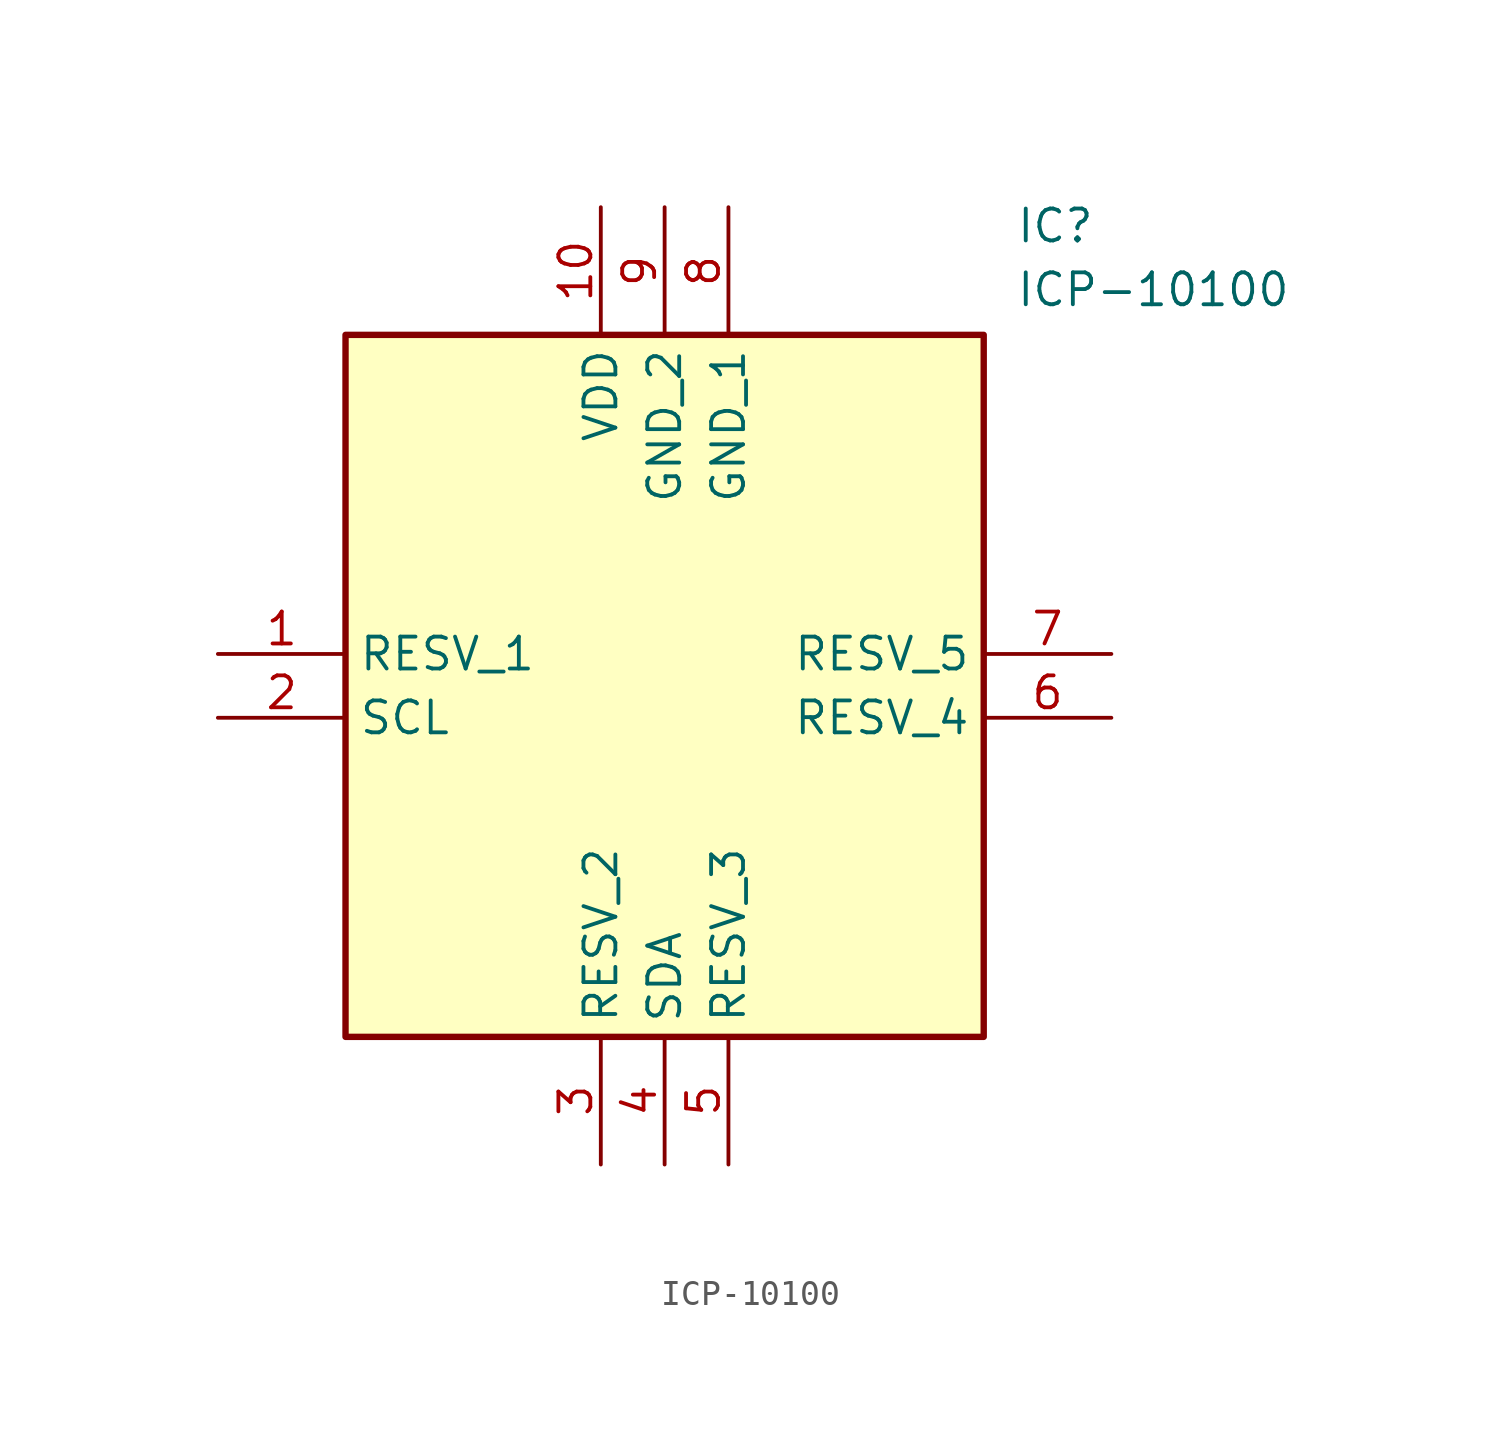
<source format=kicad_sym>
(kicad_symbol_lib
  (version 20211014)
  (generator SamacSys_ECAD_Model)
  (symbol "ICP-10100"
    (property "Reference" "IC"
      (at 31.75 17.78 0)
      (effects (font (size 1.27 1.27)) (justify left top)))
    (property "Value" "ICP-10100"
      (at 31.75 15.24 0)
      (effects (font (size 1.27 1.27)) (justify left top)))
    (rectangle
      (start 5.08 12.7)
      (end 30.48 -15.24)
      (stroke (width 0.254) (type default))
      (fill (type background)))
    (pin passive line
      (at 0 0 0)
      (length 5.08)
      (name "RESV_1" (effects (font (size 1.27 1.27))))
      (number "1" (effects (font (size 1.27 1.27)))))
    (pin passive line
      (at 0 -2.54 0)
      (length 5.08)
      (name "SCL" (effects (font (size 1.27 1.27))))
      (number "2" (effects (font (size 1.27 1.27)))))
    (pin passive line
      (at 15.24 -20.32 90)
      (length 5.08)
      (name "RESV_2" (effects (font (size 1.27 1.27))))
      (number "3" (effects (font (size 1.27 1.27)))))
    (pin passive line
      (at 17.78 -20.32 90)
      (length 5.08)
      (name "SDA" (effects (font (size 1.27 1.27))))
      (number "4" (effects (font (size 1.27 1.27)))))
    (pin passive line
      (at 20.32 -20.32 90)
      (length 5.08)
      (name "RESV_3" (effects (font (size 1.27 1.27))))
      (number "5" (effects (font (size 1.27 1.27)))))
    (pin passive line
      (at 35.56 -2.54 180)
      (length 5.08)
      (name "RESV_4" (effects (font (size 1.27 1.27))))
      (number "6" (effects (font (size 1.27 1.27)))))
    (pin passive line
      (at 35.56 0 180)
      (length 5.08)
      (name "RESV_5" (effects (font (size 1.27 1.27))))
      (number "7" (effects (font (size 1.27 1.27)))))
    (pin passive line
      (at 20.32 17.78 270)
      (length 5.08)
      (name "GND_1" (effects (font (size 1.27 1.27))))
      (number "8" (effects (font (size 1.27 1.27)))))
    (pin passive line
      (at 17.78 17.78 270)
      (length 5.08)
      (name "GND_2" (effects (font (size 1.27 1.27))))
      (number "9" (effects (font (size 1.27 1.27)))))
    (pin passive line
      (at 15.24 17.78 270)
      (length 5.08)
      (name "VDD" (effects (font (size 1.27 1.27))))
      (number "10" (effects (font (size 1.27 1.27)))))))
</source>
